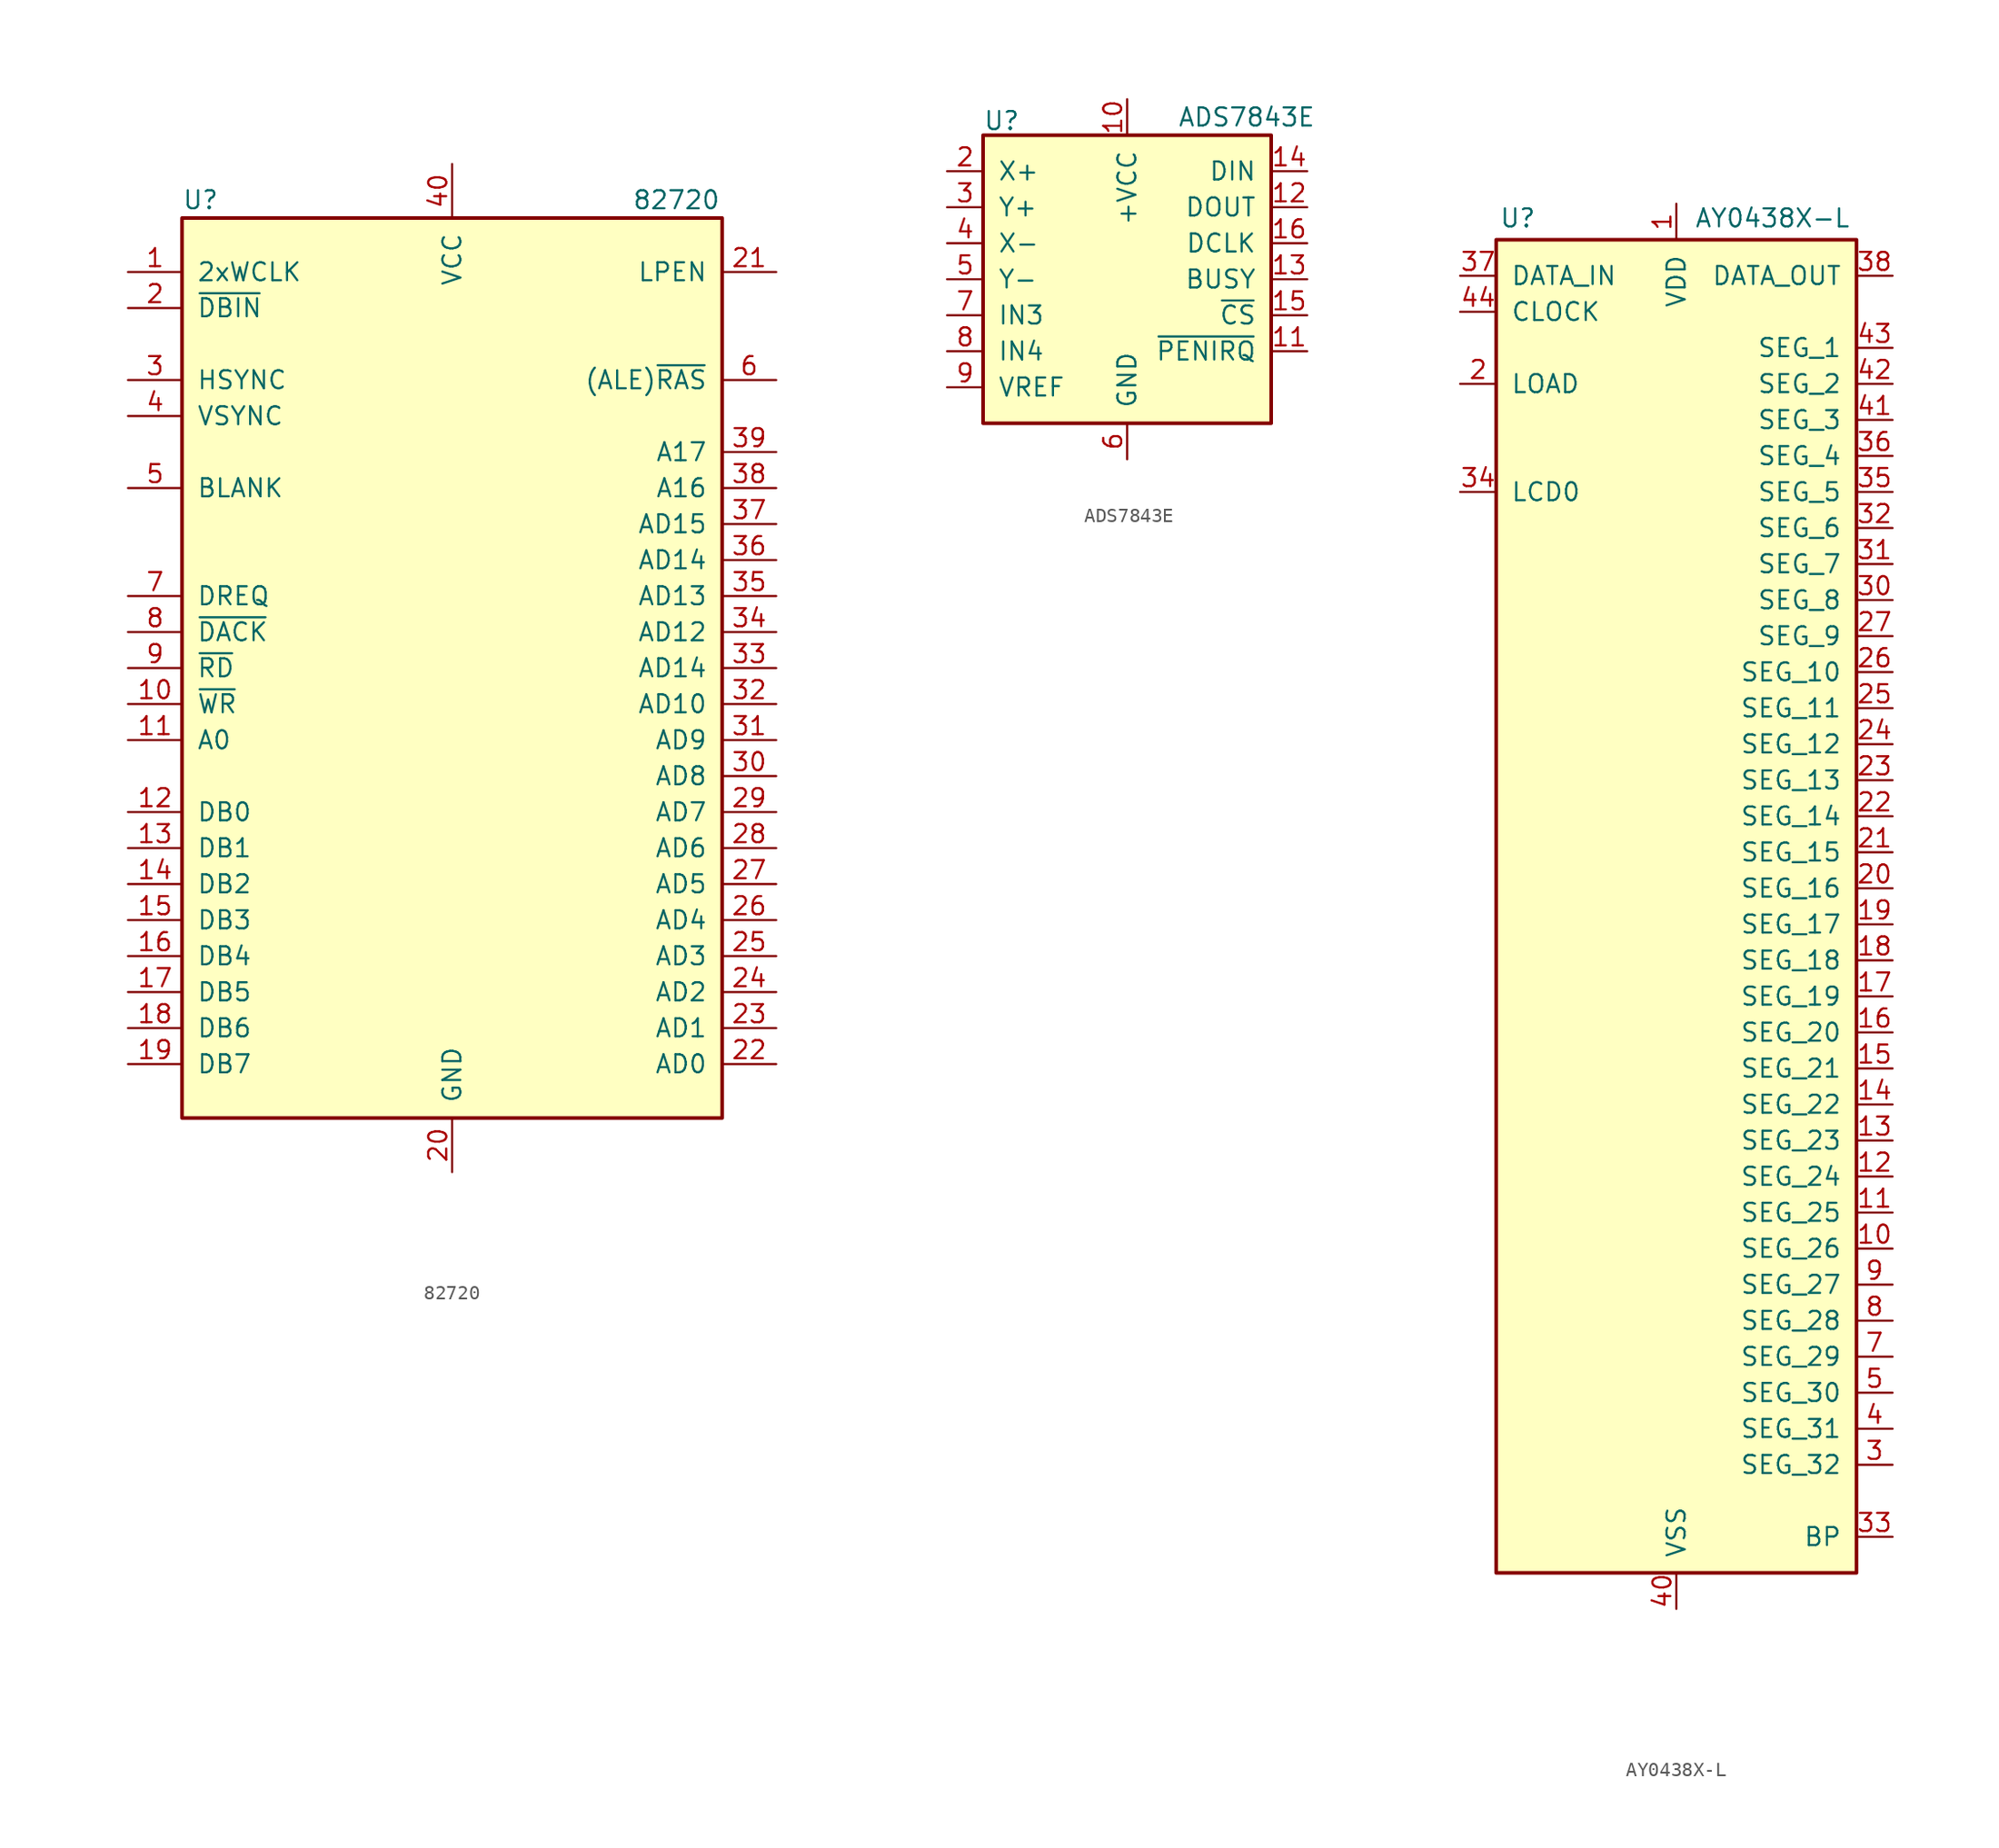
<source format=kicad_sym>
(kicad_symbol_lib
  (version 20201005)
  (generator kicad_symbol_editor)
  (symbol "Driver_Display:82720"
    (pin_names
      (offset 1.016))
    (property "Reference" "U"
      (at -19.05 33.02 0)
      (effects (font (size 1.27 1.27)) (justify left)))
    (property "Value" "82720"
      (at 12.7 33.02 0)
      (effects (font (size 1.27 1.27)) (justify left)))
    (symbol "82720_0_0"
      (rectangle (start -19.05 -31.75) (end 19.05 31.75) (stroke (width 0.254)) (fill (type background))))
    (symbol "82720_1_1"
      (pin input line (at -22.86 27.94 0) (length 3.81) (name "2xWCLK" (effects (font (size 1.27 1.27)))) (number "1" (effects (font (size 1.27 1.27)))))
      (pin input line (at -22.86 -2.54 0) (length 3.81) (name "~WR~" (effects (font (size 1.27 1.27)))) (number "10" (effects (font (size 1.27 1.27)))))
      (pin input line (at -22.86 -5.08 0) (length 3.81) (name "A0" (effects (font (size 1.27 1.27)))) (number "11" (effects (font (size 1.27 1.27)))))
      (pin bidirectional line (at -22.86 -10.16 0) (length 3.81) (name "DB0" (effects (font (size 1.27 1.27)))) (number "12" (effects (font (size 1.27 1.27)))))
      (pin bidirectional line (at -22.86 -12.7 0) (length 3.81) (name "DB1" (effects (font (size 1.27 1.27)))) (number "13" (effects (font (size 1.27 1.27)))))
      (pin bidirectional line (at -22.86 -15.24 0) (length 3.81) (name "DB2" (effects (font (size 1.27 1.27)))) (number "14" (effects (font (size 1.27 1.27)))))
      (pin bidirectional line (at -22.86 -17.78 0) (length 3.81) (name "DB3" (effects (font (size 1.27 1.27)))) (number "15" (effects (font (size 1.27 1.27)))))
      (pin bidirectional line (at -22.86 -20.32 0) (length 3.81) (name "DB4" (effects (font (size 1.27 1.27)))) (number "16" (effects (font (size 1.27 1.27)))))
      (pin bidirectional line (at -22.86 -22.86 0) (length 3.81) (name "DB5" (effects (font (size 1.27 1.27)))) (number "17" (effects (font (size 1.27 1.27)))))
      (pin bidirectional line (at -22.86 -25.4 0) (length 3.81) (name "DB6" (effects (font (size 1.27 1.27)))) (number "18" (effects (font (size 1.27 1.27)))))
      (pin bidirectional line (at -22.86 -27.94 0) (length 3.81) (name "DB7" (effects (font (size 1.27 1.27)))) (number "19" (effects (font (size 1.27 1.27)))))
      (pin input line (at -22.86 25.4 0) (length 3.81) (name "~DBIN" (effects (font (size 1.27 1.27)))) (number "2" (effects (font (size 1.27 1.27)))))
      (pin power_in line (at 0 -35.56 90) (length 3.81) (name "GND" (effects (font (size 1.27 1.27)))) (number "20" (effects (font (size 1.27 1.27)))))
      (pin input line (at 22.86 27.94 180) (length 3.81) (name "LPEN" (effects (font (size 1.27 1.27)))) (number "21" (effects (font (size 1.27 1.27)))))
      (pin bidirectional line (at 22.86 -27.94 180) (length 3.81) (name "AD0" (effects (font (size 1.27 1.27)))) (number "22" (effects (font (size 1.27 1.27)))))
      (pin bidirectional line (at 22.86 -25.4 180) (length 3.81) (name "AD1" (effects (font (size 1.27 1.27)))) (number "23" (effects (font (size 1.27 1.27)))))
      (pin bidirectional line (at 22.86 -22.86 180) (length 3.81) (name "AD2" (effects (font (size 1.27 1.27)))) (number "24" (effects (font (size 1.27 1.27)))))
      (pin bidirectional line (at 22.86 -20.32 180) (length 3.81) (name "AD3" (effects (font (size 1.27 1.27)))) (number "25" (effects (font (size 1.27 1.27)))))
      (pin bidirectional line (at 22.86 -17.78 180) (length 3.81) (name "AD4" (effects (font (size 1.27 1.27)))) (number "26" (effects (font (size 1.27 1.27)))))
      (pin bidirectional line (at 22.86 -15.24 180) (length 3.81) (name "AD5" (effects (font (size 1.27 1.27)))) (number "27" (effects (font (size 1.27 1.27)))))
      (pin bidirectional line (at 22.86 -12.7 180) (length 3.81) (name "AD6" (effects (font (size 1.27 1.27)))) (number "28" (effects (font (size 1.27 1.27)))))
      (pin bidirectional line (at 22.86 -10.16 180) (length 3.81) (name "AD7" (effects (font (size 1.27 1.27)))) (number "29" (effects (font (size 1.27 1.27)))))
      (pin output line (at -22.86 20.32 0) (length 3.81) (name "HSYNC" (effects (font (size 1.27 1.27)))) (number "3" (effects (font (size 1.27 1.27)))))
      (pin bidirectional line (at 22.86 -7.62 180) (length 3.81) (name "AD8" (effects (font (size 1.27 1.27)))) (number "30" (effects (font (size 1.27 1.27)))))
      (pin bidirectional line (at 22.86 -5.08 180) (length 3.81) (name "AD9" (effects (font (size 1.27 1.27)))) (number "31" (effects (font (size 1.27 1.27)))))
      (pin bidirectional line (at 22.86 -2.54 180) (length 3.81) (name "AD10" (effects (font (size 1.27 1.27)))) (number "32" (effects (font (size 1.27 1.27)))))
      (pin bidirectional line (at 22.86 0 180) (length 3.81) (name "AD14" (effects (font (size 1.27 1.27)))) (number "33" (effects (font (size 1.27 1.27)))))
      (pin bidirectional line (at 22.86 2.54 180) (length 3.81) (name "AD12" (effects (font (size 1.27 1.27)))) (number "34" (effects (font (size 1.27 1.27)))))
      (pin bidirectional line (at 22.86 5.08 180) (length 3.81) (name "AD13" (effects (font (size 1.27 1.27)))) (number "35" (effects (font (size 1.27 1.27)))))
      (pin bidirectional line (at 22.86 7.62 180) (length 3.81) (name "AD14" (effects (font (size 1.27 1.27)))) (number "36" (effects (font (size 1.27 1.27)))))
      (pin bidirectional line (at 22.86 10.16 180) (length 3.81) (name "AD15" (effects (font (size 1.27 1.27)))) (number "37" (effects (font (size 1.27 1.27)))))
      (pin output line (at 22.86 12.7 180) (length 3.81) (name "A16" (effects (font (size 1.27 1.27)))) (number "38" (effects (font (size 1.27 1.27)))))
      (pin output line (at 22.86 15.24 180) (length 3.81) (name "A17" (effects (font (size 1.27 1.27)))) (number "39" (effects (font (size 1.27 1.27)))))
      (pin bidirectional line (at -22.86 17.78 0) (length 3.81) (name "VSYNC" (effects (font (size 1.27 1.27)))) (number "4" (effects (font (size 1.27 1.27)))))
      (pin power_in line (at 0 35.56 270) (length 3.81) (name "VCC" (effects (font (size 1.27 1.27)))) (number "40" (effects (font (size 1.27 1.27)))))
      (pin output line (at -22.86 12.7 0) (length 3.81) (name "BLANK" (effects (font (size 1.27 1.27)))) (number "5" (effects (font (size 1.27 1.27)))))
      (pin output line (at 22.86 20.32 180) (length 3.81) (name "(ALE)~RAS~" (effects (font (size 1.27 1.27)))) (number "6" (effects (font (size 1.27 1.27)))))
      (pin output line (at -22.86 5.08 0) (length 3.81) (name "DREQ" (effects (font (size 1.27 1.27)))) (number "7" (effects (font (size 1.27 1.27)))))
      (pin input line (at -22.86 2.54 0) (length 3.81) (name "~DACK~" (effects (font (size 1.27 1.27)))) (number "8" (effects (font (size 1.27 1.27)))))
      (pin input line (at -22.86 0 0) (length 3.81) (name "~RD~" (effects (font (size 1.27 1.27)))) (number "9" (effects (font (size 1.27 1.27)))))))
  (symbol "Driver_Display:ADS7843E"
    (pin_names
      (offset 1.016))
    (property "Reference" "U"
      (at -10.16 11.176 0)
      (effects (font (size 1.27 1.27)) (justify left)))
    (property "Value" "ADS7843E"
      (at 3.556 11.43 0)
      (effects (font (size 1.27 1.27)) (justify left)))
    (symbol "ADS7843E_0_1"
      (rectangle (start -10.16 10.16) (end 10.16 -10.16) (stroke (width 0.254)) (fill (type background))))
    (symbol "ADS7843E_1_1"
      (pin passive line (at 0 12.7 270) (length 2.54) hide (name "+VCC" (effects (font (size 1.27 1.27)))) (number "1" (effects (font (size 1.27 1.27)))))
      (pin power_in line (at 0 12.7 270) (length 2.54) (name "+VCC" (effects (font (size 1.27 1.27)))) (number "10" (effects (font (size 1.27 1.27)))))
      (pin open_collector line (at 12.7 -5.08 180) (length 2.54) (name "~PENIRQ" (effects (font (size 1.27 1.27)))) (number "11" (effects (font (size 1.27 1.27)))))
      (pin output line (at 12.7 5.08 180) (length 2.54) (name "DOUT" (effects (font (size 1.27 1.27)))) (number "12" (effects (font (size 1.27 1.27)))))
      (pin output line (at 12.7 0 180) (length 2.54) (name "BUSY" (effects (font (size 1.27 1.27)))) (number "13" (effects (font (size 1.27 1.27)))))
      (pin input line (at 12.7 7.62 180) (length 2.54) (name "DIN" (effects (font (size 1.27 1.27)))) (number "14" (effects (font (size 1.27 1.27)))))
      (pin input line (at 12.7 -2.54 180) (length 2.54) (name "~CS" (effects (font (size 1.27 1.27)))) (number "15" (effects (font (size 1.27 1.27)))))
      (pin input line (at 12.7 2.54 180) (length 2.54) (name "DCLK" (effects (font (size 1.27 1.27)))) (number "16" (effects (font (size 1.27 1.27)))))
      (pin input line (at -12.7 7.62 0) (length 2.54) (name "X+" (effects (font (size 1.27 1.27)))) (number "2" (effects (font (size 1.27 1.27)))))
      (pin input line (at -12.7 5.08 0) (length 2.54) (name "Y+" (effects (font (size 1.27 1.27)))) (number "3" (effects (font (size 1.27 1.27)))))
      (pin input line (at -12.7 2.54 0) (length 2.54) (name "X-" (effects (font (size 1.27 1.27)))) (number "4" (effects (font (size 1.27 1.27)))))
      (pin input line (at -12.7 0 0) (length 2.54) (name "Y-" (effects (font (size 1.27 1.27)))) (number "5" (effects (font (size 1.27 1.27)))))
      (pin power_in line (at 0 -12.7 90) (length 2.54) (name "GND" (effects (font (size 1.27 1.27)))) (number "6" (effects (font (size 1.27 1.27)))))
      (pin input line (at -12.7 -2.54 0) (length 2.54) (name "IN3" (effects (font (size 1.27 1.27)))) (number "7" (effects (font (size 1.27 1.27)))))
      (pin input line (at -12.7 -5.08 0) (length 2.54) (name "IN4" (effects (font (size 1.27 1.27)))) (number "8" (effects (font (size 1.27 1.27)))))
      (pin input line (at -12.7 -7.62 0) (length 2.54) (name "VREF" (effects (font (size 1.27 1.27)))) (number "9" (effects (font (size 1.27 1.27)))))))
  (symbol "Driver_Display:AY0438X-L"
    (pin_names
      (offset 1.016))
    (property "Reference" "U"
      (at -11.176 47.244 0)
      (effects (font (size 1.27 1.27))))
    (property "Value" "AY0438X-L"
      (at 1.27 47.244 0)
      (effects (font (size 1.27 1.27)) (justify left)))
    (symbol "AY0438X-L_0_1"
      (rectangle (start -12.7 45.72) (end 12.7 -48.26) (stroke (width 0.254)) (fill (type background))))
    (symbol "AY0438X-L_1_1"
      (pin power_in line (at 0 48.26 270) (length 2.54) (name "VDD" (effects (font (size 1.27 1.27)))) (number "1" (effects (font (size 1.27 1.27)))))
      (pin output line (at 15.24 -25.4 180) (length 2.54) (name "SEG_26" (effects (font (size 1.27 1.27)))) (number "10" (effects (font (size 1.27 1.27)))))
      (pin output line (at 15.24 -22.86 180) (length 2.54) (name "SEG_25" (effects (font (size 1.27 1.27)))) (number "11" (effects (font (size 1.27 1.27)))))
      (pin output line (at 15.24 -20.32 180) (length 2.54) (name "SEG_24" (effects (font (size 1.27 1.27)))) (number "12" (effects (font (size 1.27 1.27)))))
      (pin output line (at 15.24 -17.78 180) (length 2.54) (name "SEG_23" (effects (font (size 1.27 1.27)))) (number "13" (effects (font (size 1.27 1.27)))))
      (pin output line (at 15.24 -15.24 180) (length 2.54) (name "SEG_22" (effects (font (size 1.27 1.27)))) (number "14" (effects (font (size 1.27 1.27)))))
      (pin output line (at 15.24 -12.7 180) (length 2.54) (name "SEG_21" (effects (font (size 1.27 1.27)))) (number "15" (effects (font (size 1.27 1.27)))))
      (pin output line (at 15.24 -10.16 180) (length 2.54) (name "SEG_20" (effects (font (size 1.27 1.27)))) (number "16" (effects (font (size 1.27 1.27)))))
      (pin output line (at 15.24 -7.62 180) (length 2.54) (name "SEG_19" (effects (font (size 1.27 1.27)))) (number "17" (effects (font (size 1.27 1.27)))))
      (pin output line (at 15.24 -5.08 180) (length 2.54) (name "SEG_18" (effects (font (size 1.27 1.27)))) (number "18" (effects (font (size 1.27 1.27)))))
      (pin output line (at 15.24 -2.54 180) (length 2.54) (name "SEG_17" (effects (font (size 1.27 1.27)))) (number "19" (effects (font (size 1.27 1.27)))))
      (pin input line (at -15.24 35.56 0) (length 2.54) (name "LOAD" (effects (font (size 1.27 1.27)))) (number "2" (effects (font (size 1.27 1.27)))))
      (pin output line (at 15.24 0 180) (length 2.54) (name "SEG_16" (effects (font (size 1.27 1.27)))) (number "20" (effects (font (size 1.27 1.27)))))
      (pin output line (at 15.24 2.54 180) (length 2.54) (name "SEG_15" (effects (font (size 1.27 1.27)))) (number "21" (effects (font (size 1.27 1.27)))))
      (pin output line (at 15.24 5.08 180) (length 2.54) (name "SEG_14" (effects (font (size 1.27 1.27)))) (number "22" (effects (font (size 1.27 1.27)))))
      (pin output line (at 15.24 7.62 180) (length 2.54) (name "SEG_13" (effects (font (size 1.27 1.27)))) (number "23" (effects (font (size 1.27 1.27)))))
      (pin output line (at 15.24 10.16 180) (length 2.54) (name "SEG_12" (effects (font (size 1.27 1.27)))) (number "24" (effects (font (size 1.27 1.27)))))
      (pin output line (at 15.24 12.7 180) (length 2.54) (name "SEG_11" (effects (font (size 1.27 1.27)))) (number "25" (effects (font (size 1.27 1.27)))))
      (pin output line (at 15.24 15.24 180) (length 2.54) (name "SEG_10" (effects (font (size 1.27 1.27)))) (number "26" (effects (font (size 1.27 1.27)))))
      (pin output line (at 15.24 17.78 180) (length 2.54) (name "SEG_9" (effects (font (size 1.27 1.27)))) (number "27" (effects (font (size 1.27 1.27)))))
      (pin no_connect line (at -12.7 -38.1 0) (length 2.54) hide (name "NC" (effects (font (size 1.27 1.27)))) (number "28" (effects (font (size 1.27 1.27)))))
      (pin no_connect line (at -12.7 -35.56 0) (length 2.54) hide (name "NC" (effects (font (size 1.27 1.27)))) (number "29" (effects (font (size 1.27 1.27)))))
      (pin output line (at 15.24 -40.64 180) (length 2.54) (name "SEG_32" (effects (font (size 1.27 1.27)))) (number "3" (effects (font (size 1.27 1.27)))))
      (pin output line (at 15.24 20.32 180) (length 2.54) (name "SEG_8" (effects (font (size 1.27 1.27)))) (number "30" (effects (font (size 1.27 1.27)))))
      (pin output line (at 15.24 22.86 180) (length 2.54) (name "SEG_7" (effects (font (size 1.27 1.27)))) (number "31" (effects (font (size 1.27 1.27)))))
      (pin output line (at 15.24 25.4 180) (length 2.54) (name "SEG_6" (effects (font (size 1.27 1.27)))) (number "32" (effects (font (size 1.27 1.27)))))
      (pin output line (at 15.24 -45.72 180) (length 2.54) (name "BP" (effects (font (size 1.27 1.27)))) (number "33" (effects (font (size 1.27 1.27)))))
      (pin input line (at -15.24 27.94 0) (length 2.54) (name "LCD0" (effects (font (size 1.27 1.27)))) (number "34" (effects (font (size 1.27 1.27)))))
      (pin output line (at 15.24 27.94 180) (length 2.54) (name "SEG_5" (effects (font (size 1.27 1.27)))) (number "35" (effects (font (size 1.27 1.27)))))
      (pin output line (at 15.24 30.48 180) (length 2.54) (name "SEG_4" (effects (font (size 1.27 1.27)))) (number "36" (effects (font (size 1.27 1.27)))))
      (pin input line (at -15.24 43.18 0) (length 2.54) (name "DATA_IN" (effects (font (size 1.27 1.27)))) (number "37" (effects (font (size 1.27 1.27)))))
      (pin output line (at 15.24 43.18 180) (length 2.54) (name "DATA_OUT" (effects (font (size 1.27 1.27)))) (number "38" (effects (font (size 1.27 1.27)))))
      (pin no_connect line (at -12.7 -33.02 0) (length 2.54) hide (name "NC" (effects (font (size 1.27 1.27)))) (number "39" (effects (font (size 1.27 1.27)))))
      (pin output line (at 15.24 -38.1 180) (length 2.54) (name "SEG_31" (effects (font (size 1.27 1.27)))) (number "4" (effects (font (size 1.27 1.27)))))
      (pin power_in line (at 0 -50.8 90) (length 2.54) (name "VSS" (effects (font (size 1.27 1.27)))) (number "40" (effects (font (size 1.27 1.27)))))
      (pin output line (at 15.24 33.02 180) (length 2.54) (name "SEG_3" (effects (font (size 1.27 1.27)))) (number "41" (effects (font (size 1.27 1.27)))))
      (pin output line (at 15.24 35.56 180) (length 2.54) (name "SEG_2" (effects (font (size 1.27 1.27)))) (number "42" (effects (font (size 1.27 1.27)))))
      (pin output line (at 15.24 38.1 180) (length 2.54) (name "SEG_1" (effects (font (size 1.27 1.27)))) (number "43" (effects (font (size 1.27 1.27)))))
      (pin input line (at -15.24 40.64 0) (length 2.54) (name "CLOCK" (effects (font (size 1.27 1.27)))) (number "44" (effects (font (size 1.27 1.27)))))
      (pin output line (at 15.24 -35.56 180) (length 2.54) (name "SEG_30" (effects (font (size 1.27 1.27)))) (number "5" (effects (font (size 1.27 1.27)))))
      (pin no_connect line (at -12.7 -40.64 0) (length 2.54) hide (name "NC" (effects (font (size 1.27 1.27)))) (number "6" (effects (font (size 1.27 1.27)))))
      (pin output line (at 15.24 -33.02 180) (length 2.54) (name "SEG_29" (effects (font (size 1.27 1.27)))) (number "7" (effects (font (size 1.27 1.27)))))
      (pin output line (at 15.24 -30.48 180) (length 2.54) (name "SEG_28" (effects (font (size 1.27 1.27)))) (number "8" (effects (font (size 1.27 1.27)))))
      (pin output line (at 15.24 -27.94 180) (length 2.54) (name "SEG_27" (effects (font (size 1.27 1.27)))) (number "9" (effects (font (size 1.27 1.27))))))))
</source>
